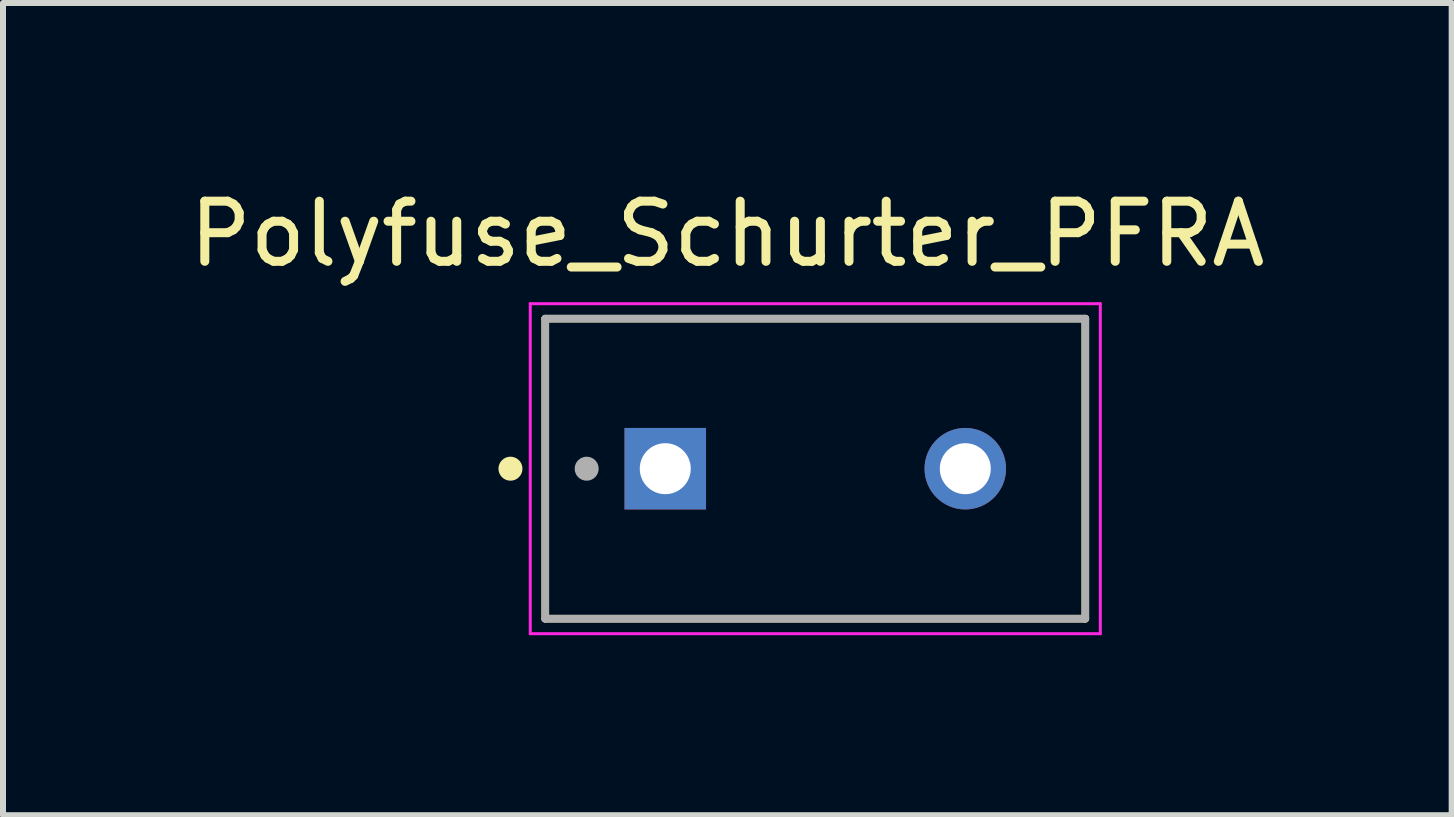
<source format=kicad_pcb>
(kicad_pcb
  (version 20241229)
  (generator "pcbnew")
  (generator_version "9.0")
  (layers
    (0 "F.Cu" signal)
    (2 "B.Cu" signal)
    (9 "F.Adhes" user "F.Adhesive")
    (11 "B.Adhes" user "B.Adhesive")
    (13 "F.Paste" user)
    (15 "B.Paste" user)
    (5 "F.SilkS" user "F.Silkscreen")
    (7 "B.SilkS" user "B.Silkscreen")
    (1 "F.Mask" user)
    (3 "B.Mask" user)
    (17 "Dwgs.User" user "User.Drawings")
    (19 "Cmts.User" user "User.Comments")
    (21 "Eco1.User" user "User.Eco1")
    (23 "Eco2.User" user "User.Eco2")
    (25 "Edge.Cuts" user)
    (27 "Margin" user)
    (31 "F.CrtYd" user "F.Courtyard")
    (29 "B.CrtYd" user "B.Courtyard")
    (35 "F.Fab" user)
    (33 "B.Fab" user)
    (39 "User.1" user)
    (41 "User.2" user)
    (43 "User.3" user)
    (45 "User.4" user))
  (footprint "Polyfuse_Schurter_PFRA"
    (layer "F.Cu")
    (at 10.537 4.761)
    (property "Reference" "Polyfuse_Schurter_PFRA" (at -1.466 -3.912 0) (layer "F.SilkS") (effects (font (size 1.002 1.002) (thickness 0.15))))
    (attr through_hole)
    (fp_line (start -4.5 -2.5) (end 4.5 -2.5) (stroke (width 0.127) (type solid)) (layer "F.SilkS"))
    (fp_line (start -4.5 2.5) (end -4.5 -2.5) (stroke (width 0.127) (type solid)) (layer "F.SilkS"))
    (fp_line (start 4.5 -2.5) (end 4.5 2.5) (stroke (width 0.127) (type solid)) (layer "F.SilkS"))
    (fp_line (start 4.5 2.5) (end -4.5 2.5) (stroke (width 0.127) (type solid)) (layer "F.SilkS"))
    (fp_circle (center -5.08 0) (end -4.98 0) (stroke (width 0.2) (type solid)) (fill no) (layer "F.SilkS"))
    (fp_line (start -4.75 -2.75) (end 4.75 -2.75) (stroke (width 0.05) (type solid)) (layer "F.CrtYd"))
    (fp_line (start -4.75 2.75) (end -4.75 -2.75) (stroke (width 0.05) (type solid)) (layer "F.CrtYd"))
    (fp_line (start 4.75 -2.75) (end 4.75 2.75) (stroke (width 0.05) (type solid)) (layer "F.CrtYd"))
    (fp_line (start 4.75 2.75) (end -4.75 2.75) (stroke (width 0.05) (type solid)) (layer "F.CrtYd"))
    (fp_line (start -4.5 -2.5) (end 4.5 -2.5) (stroke (width 0.127) (type solid)) (layer "F.Fab"))
    (fp_line (start -4.5 2.5) (end -4.5 -2.5) (stroke (width 0.127) (type solid)) (layer "F.Fab"))
    (fp_line (start 4.5 -2.5) (end 4.5 2.5) (stroke (width 0.127) (type solid)) (layer "F.Fab"))
    (fp_line (start 4.5 2.5) (end -4.5 2.5) (stroke (width 0.127) (type solid)) (layer "F.Fab"))
    (fp_circle (center -3.81 0) (end -3.71 0) (stroke (width 0.2) (type solid)) (fill no) (layer "F.Fab"))
    (pad "1" thru_hole rect (at -2.5 0) (size 1.358 1.358) (drill 0.85) (layers "*.Cu" "*.Mask"))
    (pad "2" thru_hole circle (at 2.5 0) (size 1.358 1.358) (drill 0.85) (layers "*.Cu" "*.Mask")))
  (gr_rect
    (start -3 -3)
    (end 21.143 10.536)
    (stroke (width 0.1) (type default))
    (fill no)
    (layer "Edge.Cuts")))
</source>
